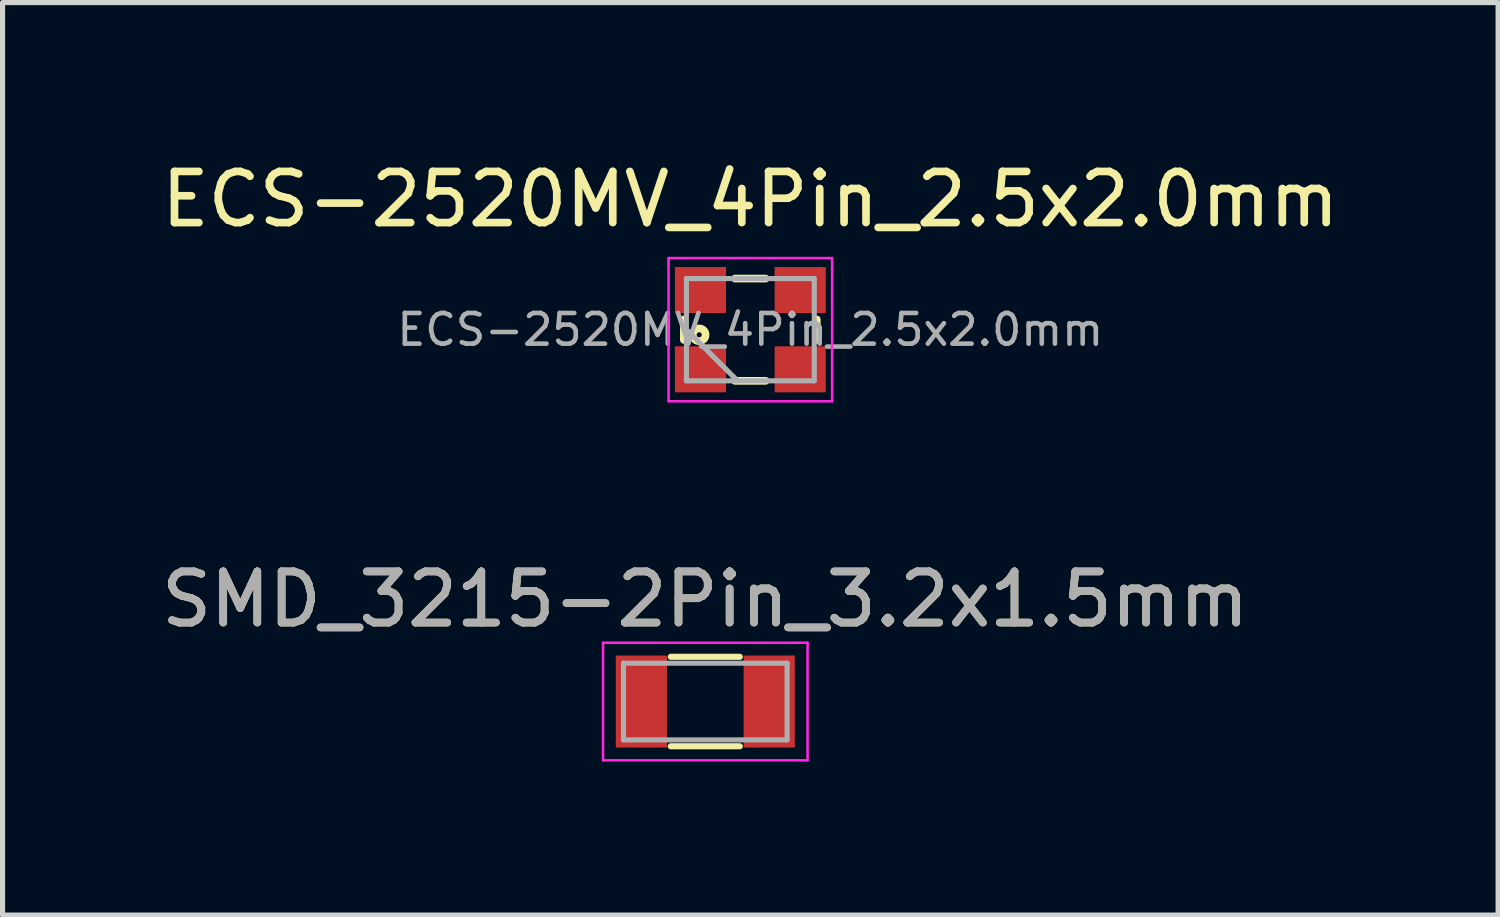
<source format=kicad_pcb>
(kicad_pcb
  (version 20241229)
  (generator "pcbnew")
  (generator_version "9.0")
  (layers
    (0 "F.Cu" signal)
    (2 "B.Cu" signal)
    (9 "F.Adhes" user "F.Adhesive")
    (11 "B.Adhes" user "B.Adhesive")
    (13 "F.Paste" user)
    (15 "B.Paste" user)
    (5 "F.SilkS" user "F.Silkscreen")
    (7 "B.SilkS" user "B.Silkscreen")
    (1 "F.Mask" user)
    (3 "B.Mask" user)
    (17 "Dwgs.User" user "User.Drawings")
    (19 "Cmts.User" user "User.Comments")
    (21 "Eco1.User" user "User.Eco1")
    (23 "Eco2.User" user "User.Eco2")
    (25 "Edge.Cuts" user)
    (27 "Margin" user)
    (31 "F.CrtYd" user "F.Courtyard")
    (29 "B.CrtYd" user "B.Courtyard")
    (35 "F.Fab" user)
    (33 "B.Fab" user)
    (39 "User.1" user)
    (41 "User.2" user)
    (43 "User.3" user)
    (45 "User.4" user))
  (footprint "ECS-2520MV_4Pin_2.5x2.0mm"
    (layer "F.Cu")
    (at 11.625 3.398)
    (property "Reference" "ECS-2520MV_4Pin_2.5x2.0mm" (at 0 -2.55 0) (layer "F.SilkS") (effects (font (size 1 1) (thickness 0.15))))
    (attr smd)
    (fp_line (start -1.3 -0.2) (end -1.3 0.2) (stroke (width 0.15) (type solid)) (layer "F.SilkS"))
    (fp_line (start -0.3 -1) (end 0.3 -1) (stroke (width 0.15) (type solid)) (layer "F.SilkS"))
    (fp_line (start -0.3 1) (end 0.3 1) (stroke (width 0.15) (type solid)) (layer "F.SilkS"))
    (fp_line (start 1.3 -0.2) (end 1.3 0.2) (stroke (width 0.15) (type solid)) (layer "F.SilkS"))
    (fp_circle (center -1 0.1) (end -0.95 0.1) (stroke (width 0.15) (type solid)) (fill no) (layer "F.SilkS"))
    (fp_line (start -1.6 -1.4) (end -1.6 1.4) (stroke (width 0.05) (type solid)) (layer "F.CrtYd"))
    (fp_line (start -1.6 1.4) (end 1.6 1.4) (stroke (width 0.05) (type solid)) (layer "F.CrtYd"))
    (fp_line (start 1.6 -1.4) (end -1.6 -1.4) (stroke (width 0.05) (type solid)) (layer "F.CrtYd"))
    (fp_line (start 1.6 1.4) (end 1.6 -1.4) (stroke (width 0.05) (type solid)) (layer "F.CrtYd"))
    (fp_line (start -1.25 -1) (end -1.25 1) (stroke (width 0.1) (type solid)) (layer "F.Fab"))
    (fp_line (start -1.25 0) (end -0.25 1) (stroke (width 0.1) (type solid)) (layer "F.Fab"))
    (fp_line (start -1.25 1) (end 1.25 1) (stroke (width 0.1) (type solid)) (layer "F.Fab"))
    (fp_line (start 1.25 -1) (end -1.25 -1) (stroke (width 0.1) (type solid)) (layer "F.Fab"))
    (fp_line (start 1.25 1) (end 1.25 -1) (stroke (width 0.1) (type solid)) (layer "F.Fab"))
    (fp_text user "${REFERENCE}" (at 0 0 0) (layer "F.Fab") (effects (font (size 0.6 0.6) (thickness 0.09))))
    (pad "1" smd rect (at -0.975 0.775) (size 1 0.9) (layers "F.Cu" "F.Mask" "F.Paste"))
    (pad "2" smd rect (at 0.975 0.775) (size 1 0.9) (layers "F.Cu" "F.Mask" "F.Paste"))
    (pad "3" smd rect (at 0.975 -0.775) (size 1 0.9) (layers "F.Cu" "F.Mask" "F.Paste"))
    (pad "4" smd rect (at -0.975 -0.775) (size 1 0.9) (layers "F.Cu" "F.Mask" "F.Paste")))
  (footprint "SMD_3215-2Pin_3.2x1.5mm"
    (layer "F.Cu")
    (at 10.744 10.671)
    (property "Reference" "SMD_3215-2Pin_3.2x1.5mm" (at 0 -2 0) (layer "F.SilkS") (effects (font (size 1 1) (thickness 0.15))))
    (attr smd)
    (fp_line (start -0.675 -0.875) (end 0.675 -0.875) (stroke (width 0.12) (type solid)) (layer "F.SilkS"))
    (fp_line (start -0.675 0.875) (end 0.675 0.875) (stroke (width 0.12) (type solid)) (layer "F.SilkS"))
    (fp_line (start -2 -1.15) (end -2 1.15) (stroke (width 0.05) (type solid)) (layer "F.CrtYd"))
    (fp_line (start -2 -1.15) (end 2 -1.15) (stroke (width 0.05) (type solid)) (layer "F.CrtYd"))
    (fp_line (start -2 1.15) (end 2 1.15) (stroke (width 0.05) (type solid)) (layer "F.CrtYd"))
    (fp_line (start 2 -1.15) (end 2 1.15) (stroke (width 0.05) (type solid)) (layer "F.CrtYd"))
    (fp_line (start -1.6 -0.75) (end -1.6 0.75) (stroke (width 0.1) (type solid)) (layer "F.Fab"))
    (fp_line (start -1.6 -0.75) (end 1.6 -0.75) (stroke (width 0.1) (type solid)) (layer "F.Fab"))
    (fp_line (start -1.6 0.75) (end 1.6 0.75) (stroke (width 0.1) (type solid)) (layer "F.Fab"))
    (fp_line (start 1.6 -0.75) (end 1.6 0.75) (stroke (width 0.1) (type solid)) (layer "F.Fab"))
    (fp_text user "${REFERENCE}" (at 0 -2 0) (layer "F.Fab") (effects (font (size 1 1) (thickness 0.15))))
    (pad "1" smd rect (at 1.25 0) (size 1 1.8) (layers "F.Cu" "F.Mask" "F.Paste"))
    (pad "2" smd rect (at -1.25 0) (size 1 1.8) (layers "F.Cu" "F.Mask" "F.Paste")))
  (gr_rect
    (start -3 -3)
    (end 26.25 14.847)
    (stroke (width 0.1) (type default))
    (fill no)
    (layer "Edge.Cuts")))
</source>
